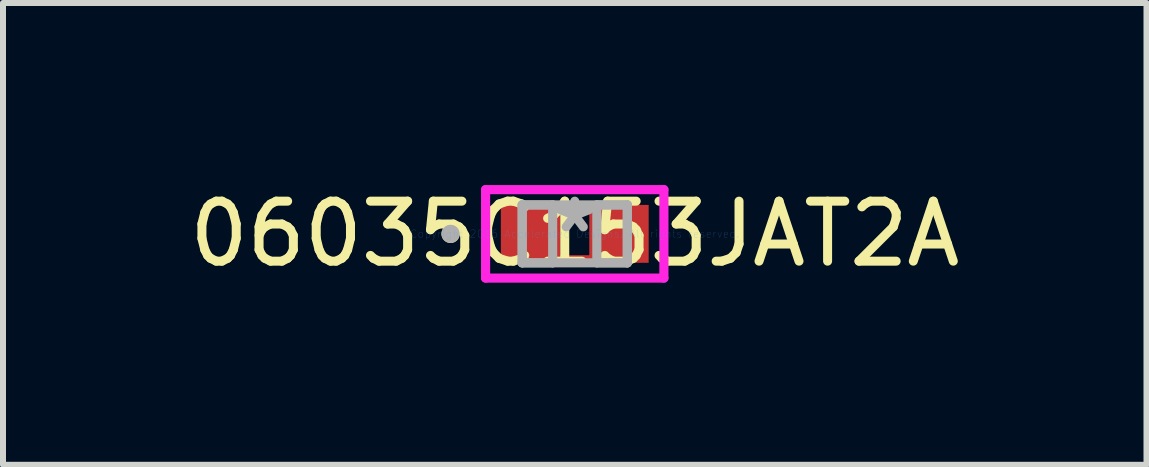
<source format=kicad_pcb>
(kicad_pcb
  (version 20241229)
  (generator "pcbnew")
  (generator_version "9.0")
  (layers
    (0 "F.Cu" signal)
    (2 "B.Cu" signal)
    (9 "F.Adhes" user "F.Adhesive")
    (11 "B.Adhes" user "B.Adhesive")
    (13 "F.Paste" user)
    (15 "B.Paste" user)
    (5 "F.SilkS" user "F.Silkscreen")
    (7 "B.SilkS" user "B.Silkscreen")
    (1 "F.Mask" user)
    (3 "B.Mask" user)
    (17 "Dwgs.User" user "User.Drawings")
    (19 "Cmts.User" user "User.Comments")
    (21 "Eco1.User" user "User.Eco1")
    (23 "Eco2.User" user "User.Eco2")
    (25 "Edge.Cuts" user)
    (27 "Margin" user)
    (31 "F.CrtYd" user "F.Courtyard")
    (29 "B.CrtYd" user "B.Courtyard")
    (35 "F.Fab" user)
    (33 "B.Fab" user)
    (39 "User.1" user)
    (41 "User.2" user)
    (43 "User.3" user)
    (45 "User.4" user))
  (footprint "06035C153JAT2A"
    (layer "F.Cu")
    (at 6.53 0.848)
    (property "Reference" "06035C153JAT2A" (at 0 0 0) (layer "F.SilkS") (effects (font (size 1 1) (thickness 0.15))))
    (attr through_hole)
    (fp_line (start -0.318 -0.432) (end 0.318 -0.432) (stroke (width 0.152) (type solid)) (layer "F.Cu"))
    (fp_line (start -0.318 0.432) (end -0.318 -0.432) (stroke (width 0.152) (type solid)) (layer "F.Cu"))
    (fp_line (start 0.318 -0.432) (end 0.318 0.432) (stroke (width 0.152) (type solid)) (layer "F.Cu"))
    (fp_line (start 0.318 0.432) (end -0.318 0.432) (stroke (width 0.152) (type solid)) (layer "F.Cu"))
    (fp_circle (center -2.07 0) (end -1.994 0) (stroke (width 0.152) (type solid)) (fill no) (layer "F.SilkS"))
    (fp_line (start -1.486 -0.737) (end 1.486 -0.737) (stroke (width 0.152) (type solid)) (layer "F.CrtYd"))
    (fp_line (start -1.486 0.737) (end -1.486 -0.737) (stroke (width 0.152) (type solid)) (layer "F.CrtYd"))
    (fp_line (start 1.486 -0.737) (end 1.486 0.737) (stroke (width 0.152) (type solid)) (layer "F.CrtYd"))
    (fp_line (start 1.486 0.737) (end -1.486 0.737) (stroke (width 0.152) (type solid)) (layer "F.CrtYd"))
    (fp_line (start -0.876 -0.483) (end -0.876 0.483) (stroke (width 0.152) (type solid)) (layer "F.Fab"))
    (fp_line (start -0.876 -0.483) (end -0.876 0.483) (stroke (width 0.152) (type solid)) (layer "F.Fab"))
    (fp_line (start -0.876 0.483) (end -0.368 0.483) (stroke (width 0.152) (type solid)) (layer "F.Fab"))
    (fp_line (start -0.876 0.483) (end 0.876 0.483) (stroke (width 0.152) (type solid)) (layer "F.Fab"))
    (fp_line (start -0.368 -0.483) (end -0.876 -0.483) (stroke (width 0.152) (type solid)) (layer "F.Fab"))
    (fp_line (start -0.368 0.483) (end -0.368 -0.483) (stroke (width 0.152) (type solid)) (layer "F.Fab"))
    (fp_line (start 0.368 -0.483) (end 0.368 0.483) (stroke (width 0.152) (type solid)) (layer "F.Fab"))
    (fp_line (start 0.368 0.483) (end 0.876 0.483) (stroke (width 0.152) (type solid)) (layer "F.Fab"))
    (fp_line (start 0.876 -0.483) (end -0.876 -0.483) (stroke (width 0.152) (type solid)) (layer "F.Fab"))
    (fp_line (start 0.876 -0.483) (end 0.368 -0.483) (stroke (width 0.152) (type solid)) (layer "F.Fab"))
    (fp_line (start 0.876 0.483) (end 0.876 -0.483) (stroke (width 0.152) (type solid)) (layer "F.Fab"))
    (fp_line (start 0.876 0.483) (end 0.876 -0.483) (stroke (width 0.152) (type solid)) (layer "F.Fab"))
    (fp_circle (center -2.07 0) (end -1.994 0) (stroke (width 0.152) (type solid)) (fill no) (layer "F.Fab"))
    (fp_text user "Copyright 2016 Accelerated Designs. All rights reserved." (at 0 0 0) (layer "Cmts.User") (effects (font (size 0.127 0.127) (thickness 0.002))))
    (fp_text user "*" (at 0 0 0) (layer "F.Fab") (effects (font (size 1 1) (thickness 0.15))))
    (pad "1" smd rect (at -0.8 0) (size 0.864 0.965) (layers "F.Cu" "F.Mask" "F.Paste"))
    (pad "2" smd rect (at 0.8 0) (size 0.864 0.965) (layers "F.Cu" "F.Mask" "F.Paste")))
  (gr_rect
    (start -3 -3)
    (end 16.06 4.697)
    (stroke (width 0.1) (type default))
    (fill no)
    (layer "Edge.Cuts")))
</source>
